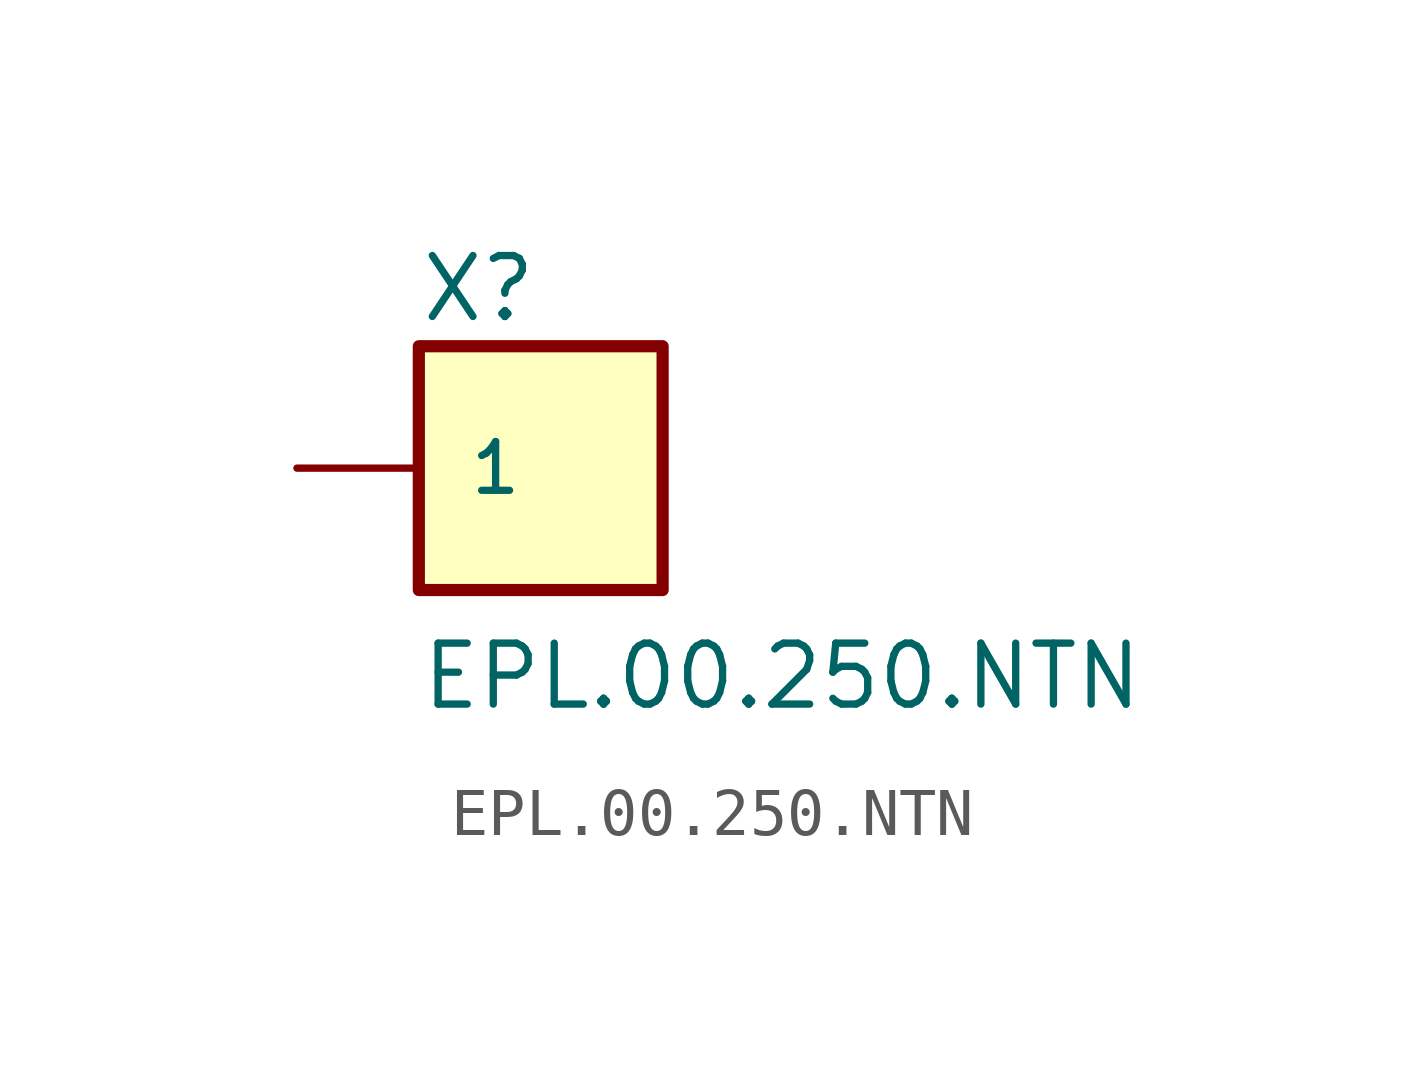
<source format=kicad_sym>
(kicad_symbol_lib
  (version 20211014)
  (generator kicad_symbol_editor)
  (symbol "EPL.00.250.NTN"
    (pin_numbers hide)
    (pin_names
      (offset 1.016))
    (property "Reference" "X"
      (at -2.54 2.997 0)
      (effects (font (size 1.27 1.27)) (justify left bottom)))
    (property "Value" "EPL.00.250.NTN"
      (at -2.54 -5.08 0)
      (effects (font (size 1.27 1.27)) (justify left bottom)))
    (property "ki_locked" ""
      (at 0 0 0)
      (effects (font (size 1.27 1.27))))
    (symbol "EPL.00.250.NTN_0_0"
      (rectangle (start -2.54 -2.54) (end 2.54 2.54) (stroke (width 0.254) (type default) (color 0 0 0 0)) (fill (type background)))
      (pin passive line (at -5.08 0 0) (length 2.54) (name "1" (effects (font (size 1.016 1.016)))) (number "1" (effects (font (size 1.016 1.016))))))))
</source>
